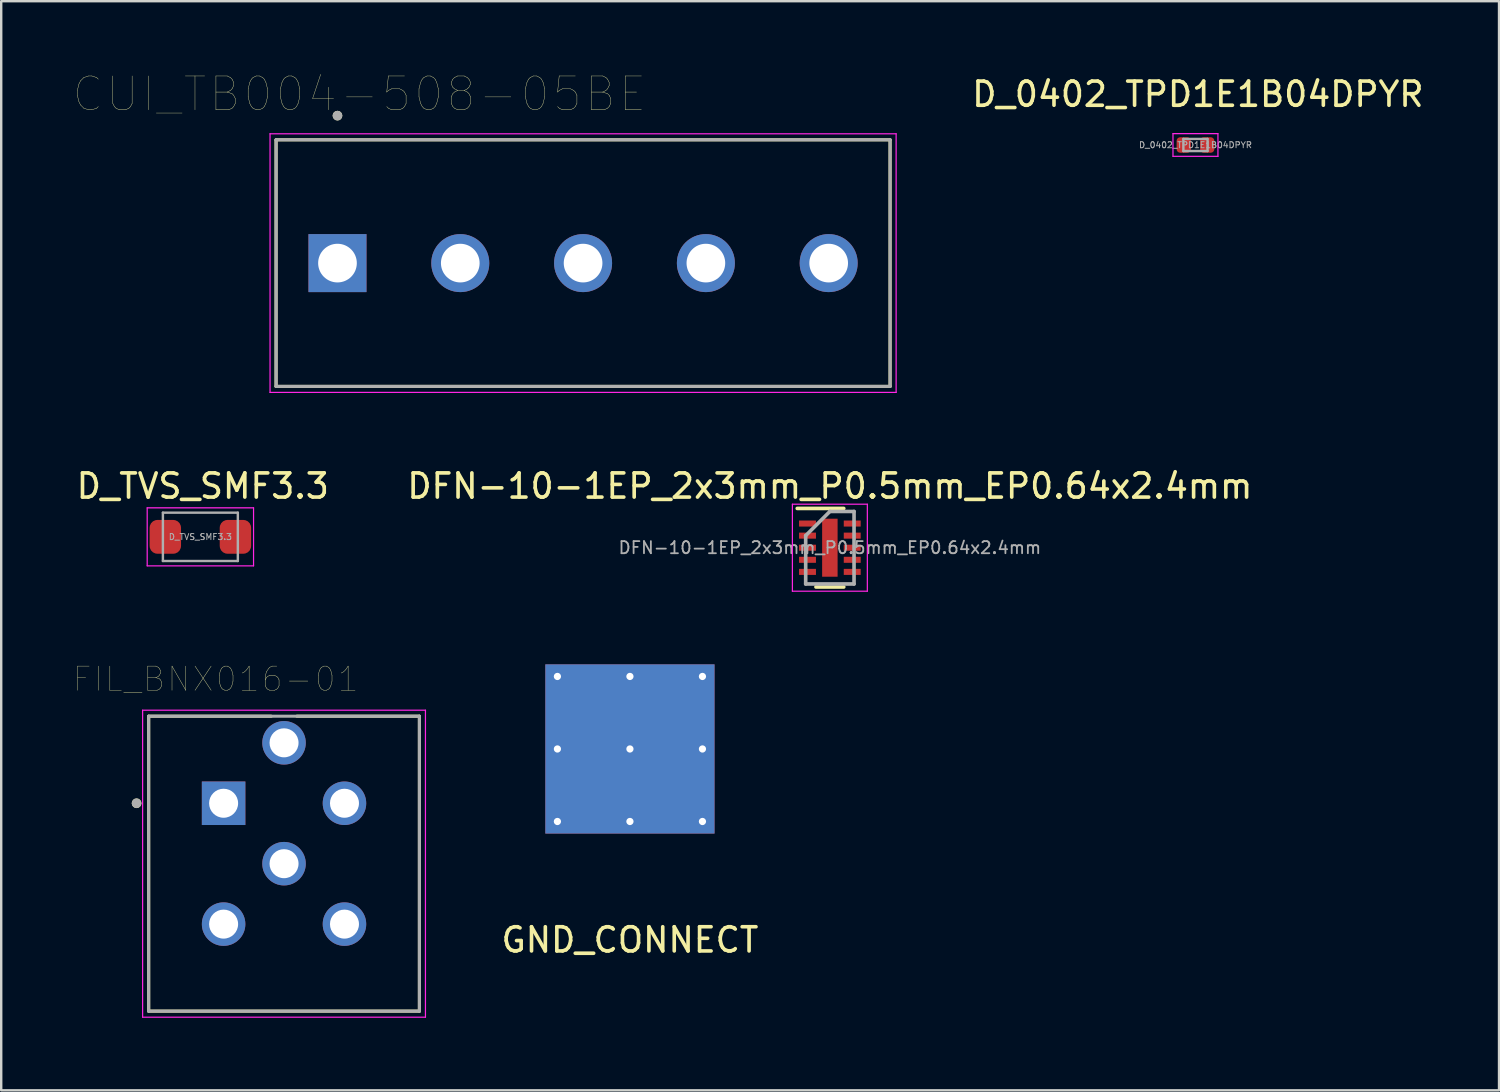
<source format=kicad_pcb>
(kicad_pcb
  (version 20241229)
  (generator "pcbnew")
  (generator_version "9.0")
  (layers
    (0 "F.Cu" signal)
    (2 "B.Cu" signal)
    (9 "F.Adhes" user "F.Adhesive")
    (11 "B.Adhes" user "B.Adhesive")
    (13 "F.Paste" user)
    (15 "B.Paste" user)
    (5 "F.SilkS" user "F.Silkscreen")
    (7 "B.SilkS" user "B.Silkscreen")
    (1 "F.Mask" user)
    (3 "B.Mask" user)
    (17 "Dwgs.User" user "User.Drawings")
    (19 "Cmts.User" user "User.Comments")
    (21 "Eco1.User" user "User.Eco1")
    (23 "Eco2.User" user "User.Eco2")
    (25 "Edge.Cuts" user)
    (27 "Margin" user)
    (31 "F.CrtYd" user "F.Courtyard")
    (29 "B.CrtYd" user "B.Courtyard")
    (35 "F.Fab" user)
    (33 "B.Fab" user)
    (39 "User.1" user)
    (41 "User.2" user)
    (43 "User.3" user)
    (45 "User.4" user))
  (footprint "D_TVS_SMF3.3"
    (layer "F.Cu")
    (at 5.239 19.158)
    (property "Reference" "D_TVS_SMF3.3" (at 0.1 -2.1 0) (layer "F.SilkS") (effects (font (size 1 1) (thickness 0.15))))
    (attr smd)
    (fp_line (start -2.2 -1.2) (end 2.2 -1.2) (stroke (width 0.05) (type solid)) (layer "F.CrtYd"))
    (fp_line (start -2.2 1.2) (end -2.2 -1.2) (stroke (width 0.05) (type solid)) (layer "F.CrtYd"))
    (fp_line (start -2.2 1.2) (end 2.2 1.2) (stroke (width 0.05) (type solid)) (layer "F.CrtYd"))
    (fp_line (start 2.2 -1.2) (end 2.2 1.2) (stroke (width 0.05) (type solid)) (layer "F.CrtYd"))
    (fp_line (start -1.55 -1) (end 1.55 -1) (stroke (width 0.1) (type solid)) (layer "F.Fab"))
    (fp_line (start -1.55 1) (end -1.55 -1) (stroke (width 0.1) (type solid)) (layer "F.Fab"))
    (fp_line (start 1.55 -1) (end 1.55 1) (stroke (width 0.1) (type solid)) (layer "F.Fab"))
    (fp_line (start 1.55 1) (end -1.55 1) (stroke (width 0.1) (type solid)) (layer "F.Fab"))
    (fp_text user "${REFERENCE}" (at 0 0 0) (layer "F.Fab") (effects (font (size 0.25 0.25) (thickness 0.04))))
    (pad "1" smd roundrect (at -1.45 0) (size 1.3 1.4) (layers "F.Cu" "F.Mask" "F.Paste") (roundrect_rratio 0.25))
    (pad "2" smd roundrect (at 1.45 0) (size 1.3 1.4) (layers "F.Cu" "F.Mask" "F.Paste") (roundrect_rratio 0.25)))
  (footprint "D_0402_TPD1E1B04DPYR"
    (layer "F.Cu")
    (at 46.404 2.948)
    (property "Reference" "D_0402_TPD1E1B04DPYR" (at 0.1 -2.1 0) (layer "F.SilkS") (effects (font (size 1 1) (thickness 0.15))))
    (attr smd)
    (fp_line (start -0.93 -0.47) (end 0.93 -0.47) (stroke (width 0.05) (type solid)) (layer "F.CrtYd"))
    (fp_line (start -0.93 0.47) (end -0.93 -0.47) (stroke (width 0.05) (type solid)) (layer "F.CrtYd"))
    (fp_line (start -0.93 0.47) (end 0.93 0.47) (stroke (width 0.05) (type solid)) (layer "F.CrtYd"))
    (fp_line (start 0.93 -0.47) (end 0.93 0.47) (stroke (width 0.05) (type solid)) (layer "F.CrtYd"))
    (fp_line (start -0.5 -0.25) (end 0.5 -0.25) (stroke (width 0.1) (type solid)) (layer "F.Fab"))
    (fp_line (start -0.5 0.25) (end -0.5 -0.25) (stroke (width 0.1) (type solid)) (layer "F.Fab"))
    (fp_line (start 0.5 -0.25) (end 0.5 0.25) (stroke (width 0.1) (type solid)) (layer "F.Fab"))
    (fp_line (start 0.5 0.25) (end -0.5 0.25) (stroke (width 0.1) (type solid)) (layer "F.Fab"))
    (fp_text user "${REFERENCE}" (at 0 0 0) (layer "F.Fab") (effects (font (size 0.25 0.25) (thickness 0.04))))
    (pad "1" smd roundrect (at -0.485 0) (size 0.59 0.64) (layers "F.Cu" "F.Mask" "F.Paste") (roundrect_rratio 0.25))
    (pad "2" smd roundrect (at 0.485 0) (size 0.59 0.64) (layers "F.Cu" "F.Mask" "F.Paste") (roundrect_rratio 0.25)))
  (footprint "CUI_TB004-508-05BE"
    (layer "F.Cu")
    (at 10.911 7.834)
    (property "Reference" "CUI_TB004-508-05BE" (at 0.905 -6.989 0) (layer "F.SilkS") (effects (font (size 1.4 1.4) (thickness 0.015))))
    (attr through_hole)
    (fp_line (start -2.54 -5.1) (end 22.86 -5.1) (stroke (width 0.127) (type solid)) (layer "F.SilkS"))
    (fp_line (start -2.54 5.1) (end -2.54 -5.1) (stroke (width 0.127) (type solid)) (layer "F.SilkS"))
    (fp_line (start 22.86 -5.1) (end 22.86 5.1) (stroke (width 0.127) (type solid)) (layer "F.SilkS"))
    (fp_line (start 22.86 5.1) (end -2.54 5.1) (stroke (width 0.127) (type solid)) (layer "F.SilkS"))
    (fp_circle (center 0 -6.1) (end 0.1 -6.1) (stroke (width 0.2) (type solid)) (fill no) (layer "F.SilkS"))
    (fp_line (start -2.79 -5.35) (end 23.11 -5.35) (stroke (width 0.05) (type solid)) (layer "F.CrtYd"))
    (fp_line (start -2.79 5.35) (end -2.79 -5.35) (stroke (width 0.05) (type solid)) (layer "F.CrtYd"))
    (fp_line (start 23.11 -5.35) (end 23.11 5.35) (stroke (width 0.05) (type solid)) (layer "F.CrtYd"))
    (fp_line (start 23.11 5.35) (end -2.79 5.35) (stroke (width 0.05) (type solid)) (layer "F.CrtYd"))
    (fp_line (start -2.54 -5.1) (end 22.86 -5.1) (stroke (width 0.127) (type solid)) (layer "F.Fab"))
    (fp_line (start -2.54 5.1) (end -2.54 -5.1) (stroke (width 0.127) (type solid)) (layer "F.Fab"))
    (fp_line (start 22.86 -5.1) (end 22.86 5.1) (stroke (width 0.127) (type solid)) (layer "F.Fab"))
    (fp_line (start 22.86 5.1) (end -2.54 5.1) (stroke (width 0.127) (type solid)) (layer "F.Fab"))
    (fp_circle (center 0 -6.1) (end 0.1 -6.1) (stroke (width 0.2) (type solid)) (fill no) (layer "F.Fab"))
    (pad "1" thru_hole rect (at 0 0) (size 2.4 2.4) (drill 1.6) (layers "*.Cu" "*.Mask"))
    (pad "2" thru_hole circle (at 5.08 0) (size 2.4 2.4) (drill 1.6) (layers "*.Cu" "*.Mask"))
    (pad "3" thru_hole circle (at 10.16 0) (size 2.4 2.4) (drill 1.6) (layers "*.Cu" "*.Mask"))
    (pad "4" thru_hole circle (at 15.24 0) (size 2.4 2.4) (drill 1.6) (layers "*.Cu" "*.Mask"))
    (pad "5" thru_hole circle (at 20.32 0) (size 2.4 2.4) (drill 1.6) (layers "*.Cu" "*.Mask")))
  (footprint "FIL_BNX016-01"
    (layer "F.Cu")
    (at 8.7 32.679)
    (property "Reference" "FIL_BNX016-01" (at -2.825 -7.635 0) (layer "F.SilkS") (effects (font (size 1 1) (thickness 0.015))))
    (attr through_hole)
    (fp_line (start -5.6 -6.1) (end -0.53 -6.1) (stroke (width 0.127) (type solid)) (layer "F.SilkS"))
    (fp_line (start -5.6 6.1) (end -5.6 -6.1) (stroke (width 0.127) (type solid)) (layer "F.SilkS"))
    (fp_line (start 0.53 -6.1) (end 5.6 -6.1) (stroke (width 0.127) (type solid)) (layer "F.SilkS"))
    (fp_line (start 5.6 -6.1) (end 5.6 6.1) (stroke (width 0.127) (type solid)) (layer "F.SilkS"))
    (fp_line (start 5.6 6.1) (end -5.6 6.1) (stroke (width 0.127) (type solid)) (layer "F.SilkS"))
    (fp_circle (center -6.1 -2.5) (end -6 -2.5) (stroke (width 0.2) (type solid)) (fill no) (layer "F.SilkS"))
    (fp_line (start -5.85 -6.35) (end 5.85 -6.35) (stroke (width 0.05) (type solid)) (layer "F.CrtYd"))
    (fp_line (start -5.85 6.35) (end -5.85 -6.35) (stroke (width 0.05) (type solid)) (layer "F.CrtYd"))
    (fp_line (start 5.85 -6.35) (end 5.85 6.35) (stroke (width 0.05) (type solid)) (layer "F.CrtYd"))
    (fp_line (start 5.85 6.35) (end -5.85 6.35) (stroke (width 0.05) (type solid)) (layer "F.CrtYd"))
    (fp_line (start -5.6 -6.1) (end 5.6 -6.1) (stroke (width 0.127) (type solid)) (layer "F.Fab"))
    (fp_line (start -5.6 6.1) (end -5.6 -6.1) (stroke (width 0.127) (type solid)) (layer "F.Fab"))
    (fp_line (start 5.6 -6.1) (end 5.6 6.1) (stroke (width 0.127) (type solid)) (layer "F.Fab"))
    (fp_line (start 5.6 6.1) (end -5.6 6.1) (stroke (width 0.127) (type solid)) (layer "F.Fab"))
    (fp_circle (center -6.1 -2.5) (end -6 -2.5) (stroke (width 0.2) (type solid)) (fill no) (layer "F.Fab"))
    (pad "1" thru_hole rect (at -2.5 -2.5) (size 1.8 1.8) (drill 1.2) (layers "*.Cu" "*.Mask"))
    (pad "2" thru_hole circle (at 2.5 -2.5) (size 1.8 1.8) (drill 1.2) (layers "*.Cu" "*.Mask"))
    (pad "3" thru_hole circle (at -2.5 2.5) (size 1.8 1.8) (drill 1.2) (layers "*.Cu" "*.Mask"))
    (pad "4" thru_hole circle (at 2.5 2.5) (size 1.8 1.8) (drill 1.2) (layers "*.Cu" "*.Mask"))
    (pad "5" thru_hole circle (at 0 0) (size 1.8 1.8) (drill 1.2) (layers "*.Cu" "*.Mask"))
    (pad "6" thru_hole circle (at 0 -5) (size 1.8 1.8) (drill 1.2) (layers "*.Cu" "*.Mask")))
  (footprint "DFN-10-1EP_2x3mm_P0.5mm_EP0.64x2.4mm"
    (layer "F.Cu")
    (at 31.28 19.608)
    (property "Reference" "DFN-10-1EP_2x3mm_P0.5mm_EP0.64x2.4mm" (at 0 -2.55 0) (layer "F.SilkS") (effects (font (size 1 1) (thickness 0.15))))
    (attr smd)
    (fp_line (start -1.35 -1.625) (end 0.575 -1.625) (stroke (width 0.15) (type solid)) (layer "F.SilkS"))
    (fp_line (start -0.575 1.625) (end 0.575 1.625) (stroke (width 0.15) (type solid)) (layer "F.SilkS"))
    (fp_line (start -1.55 -1.8) (end -1.55 1.8) (stroke (width 0.05) (type solid)) (layer "F.CrtYd"))
    (fp_line (start -1.55 -1.8) (end 1.55 -1.8) (stroke (width 0.05) (type solid)) (layer "F.CrtYd"))
    (fp_line (start -1.55 1.8) (end 1.55 1.8) (stroke (width 0.05) (type solid)) (layer "F.CrtYd"))
    (fp_line (start 1.55 -1.8) (end 1.55 1.8) (stroke (width 0.05) (type solid)) (layer "F.CrtYd"))
    (fp_line (start -1 -0.5) (end 0 -1.5) (stroke (width 0.15) (type solid)) (layer "F.Fab"))
    (fp_line (start -1 1.5) (end -1 -0.5) (stroke (width 0.15) (type solid)) (layer "F.Fab"))
    (fp_line (start 0 -1.5) (end 1 -1.5) (stroke (width 0.15) (type solid)) (layer "F.Fab"))
    (fp_line (start 1 -1.5) (end 1 1.5) (stroke (width 0.15) (type solid)) (layer "F.Fab"))
    (fp_line (start 1 1.5) (end -1 1.5) (stroke (width 0.15) (type solid)) (layer "F.Fab"))
    (fp_text user "${REFERENCE}" (at 0 0 0) (layer "F.Fab") (effects (font (size 0.5 0.5) (thickness 0.075))))
    (pad "" smd rect (at 0 -0.6) (size 0.5 1) (layers "F.Paste"))
    (pad "" smd rect (at 0 0.6) (size 0.5 1) (layers "F.Paste"))
    (pad "1" smd rect (at -0.925 -1) (size 0.7 0.25) (layers "F.Cu" "F.Mask" "F.Paste"))
    (pad "2" smd rect (at -0.925 -0.5) (size 0.7 0.25) (layers "F.Cu" "F.Mask" "F.Paste"))
    (pad "3" smd rect (at -0.925 0) (size 0.7 0.25) (layers "F.Cu" "F.Mask" "F.Paste"))
    (pad "4" smd rect (at -0.925 0.5) (size 0.7 0.25) (layers "F.Cu" "F.Mask" "F.Paste"))
    (pad "5" smd rect (at -0.925 1) (size 0.7 0.25) (layers "F.Cu" "F.Mask" "F.Paste"))
    (pad "6" smd rect (at 0.925 1) (size 0.7 0.25) (layers "F.Cu" "F.Mask" "F.Paste"))
    (pad "7" smd rect (at 0.925 0.5) (size 0.7 0.25) (layers "F.Cu" "F.Mask" "F.Paste"))
    (pad "8" smd rect (at 0.925 0) (size 0.7 0.25) (layers "F.Cu" "F.Mask" "F.Paste"))
    (pad "9" smd rect (at 0.925 -0.5) (size 0.7 0.25) (layers "F.Cu" "F.Mask" "F.Paste"))
    (pad "10" smd rect (at 0.925 -1) (size 0.7 0.25) (layers "F.Cu" "F.Mask" "F.Paste"))
    (pad "11" smd rect (at 0 0) (size 0.64 2.4) (layers "F.Cu" "F.Mask")))
  (footprint "GND_CONNECT"
    (layer "F.Cu")
    (at 23.009 27.933)
    (property "Reference" "GND_CONNECT" (at 0 7.9 0) (layer "F.SilkS") (effects (font (size 1 1) (thickness 0.15))))
    (attr through_hole)
    (pad "1" thru_hole rect (at -3 -3) (size 0.6 0.6) (drill 0.3) (layers "*.Cu" "*.Mask"))
    (pad "1" thru_hole rect (at -3 0) (size 0.6 0.6) (drill 0.3) (layers "*.Cu" "*.Mask"))
    (pad "1" thru_hole rect (at -3 3) (size 0.6 0.6) (drill 0.3) (layers "*.Cu" "*.Mask"))
    (pad "1" thru_hole rect (at 0 -3) (size 0.6 0.6) (drill 0.3) (layers "*.Cu" "*.Mask"))
    (pad "1" thru_hole rect (at 0 0) (size 0.6 0.6) (drill 0.3) (layers "*.Cu" "*.Mask"))
    (pad "1" smd rect (at 0 0) (size 7 7) (layers "F.Cu" "F.Mask" "F.Paste"))
    (pad "1" smd rect (at 0 0) (size 7 7) (layers "B.Cu" "B.Mask" "B.Paste"))
    (pad "1" thru_hole rect (at 0 3) (size 0.6 0.6) (drill 0.3) (layers "*.Cu" "*.Mask"))
    (pad "1" thru_hole rect (at 3 -3) (size 0.6 0.6) (drill 0.3) (layers "*.Cu" "*.Mask"))
    (pad "1" thru_hole rect (at 3 0) (size 0.6 0.6) (drill 0.3) (layers "*.Cu" "*.Mask"))
    (pad "1" thru_hole rect (at 3 3) (size 0.6 0.6) (drill 0.3) (layers "*.Cu" "*.Mask")))
  (gr_rect
    (start -3 -3)
    (end 58.962 42.054)
    (stroke (width 0.1) (type default))
    (fill no)
    (layer "Edge.Cuts")))
</source>
